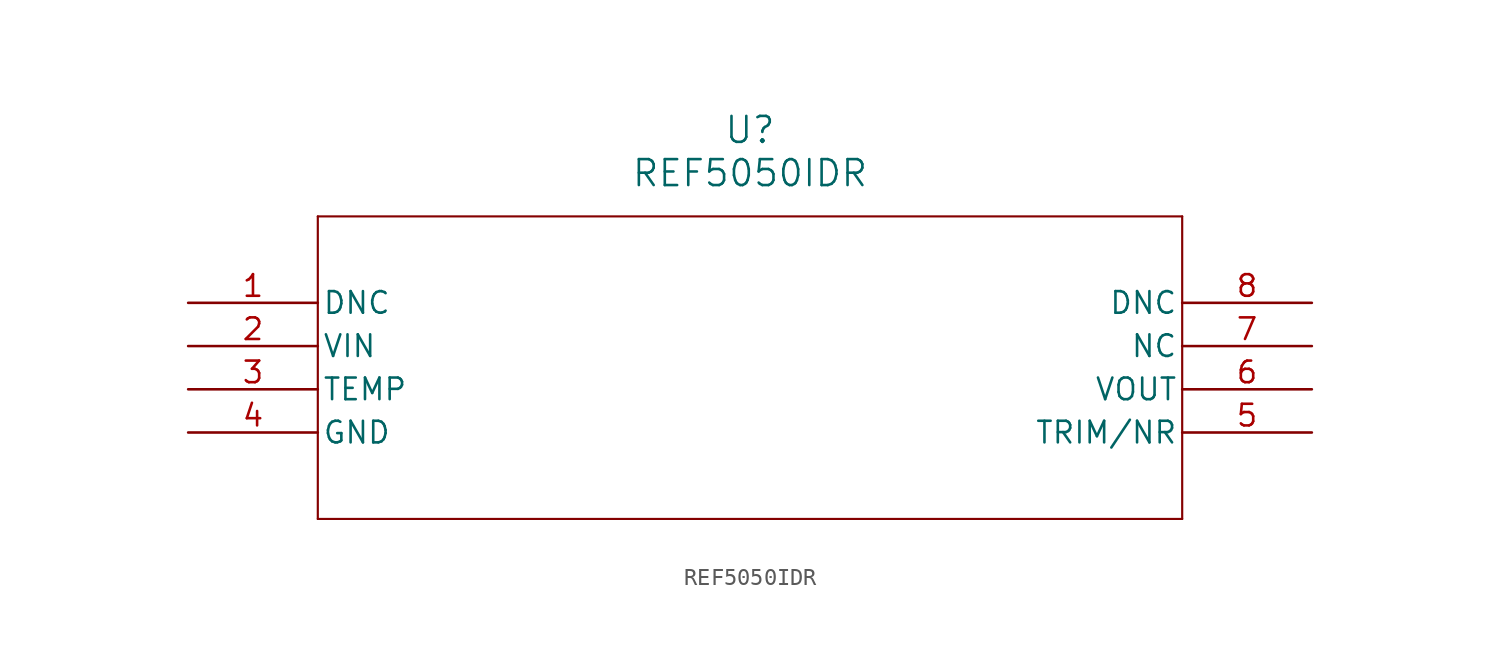
<source format=kicad_sym>
(kicad_symbol_lib
  (version 20211014)
  (generator kicad_symbol_editor)
  (symbol "REF5050IDR"
    (pin_names
      (offset 0.254))
    (property "Reference" "U"
      (at 33.02 10.16 0)
      (effects (font (size 1.524 1.524))))
    (property "Value" "REF5050IDR"
      (at 33.02 7.62 0)
      (effects (font (size 1.524 1.524))))
    (symbol "REF5050IDR_0_1"
      (polyline (pts (xy 7.62 5.08) (xy 7.62 -12.7)) (stroke (width 0.127) (type default) (color 0 0 0 0)) (fill (type none)))
      (polyline (pts (xy 7.62 -12.7) (xy 58.42 -12.7)) (stroke (width 0.127) (type default) (color 0 0 0 0)) (fill (type none)))
      (polyline (pts (xy 58.42 -12.7) (xy 58.42 5.08)) (stroke (width 0.127) (type default) (color 0 0 0 0)) (fill (type none)))
      (polyline (pts (xy 58.42 5.08) (xy 7.62 5.08)) (stroke (width 0.127) (type default) (color 0 0 0 0)) (fill (type none)))
      (pin unspecified line (at 0 0 0) (length 7.62) (name "DNC" (effects (font (size 1.27 1.27)))) (number "1" (effects (font (size 1.27 1.27)))))
      (pin input line (at 0 -2.54 0) (length 7.62) (name "VIN" (effects (font (size 1.27 1.27)))) (number "2" (effects (font (size 1.27 1.27)))))
      (pin unspecified line (at 0 -5.08 0) (length 7.62) (name "TEMP" (effects (font (size 1.27 1.27)))) (number "3" (effects (font (size 1.27 1.27)))))
      (pin unspecified line (at 0 -7.62 0) (length 7.62) (name "GND" (effects (font (size 1.27 1.27)))) (number "4" (effects (font (size 1.27 1.27)))))
      (pin unspecified line (at 66.04 -7.62 180) (length 7.62) (name "TRIM/NR" (effects (font (size 1.27 1.27)))) (number "5" (effects (font (size 1.27 1.27)))))
      (pin output line (at 66.04 -5.08 180) (length 7.62) (name "VOUT" (effects (font (size 1.27 1.27)))) (number "6" (effects (font (size 1.27 1.27)))))
      (pin unspecified line (at 66.04 -2.54 180) (length 7.62) (name "NC" (effects (font (size 1.27 1.27)))) (number "7" (effects (font (size 1.27 1.27)))))
      (pin unspecified line (at 66.04 0 180) (length 7.62) (name "DNC" (effects (font (size 1.27 1.27)))) (number "8" (effects (font (size 1.27 1.27))))))))
</source>
